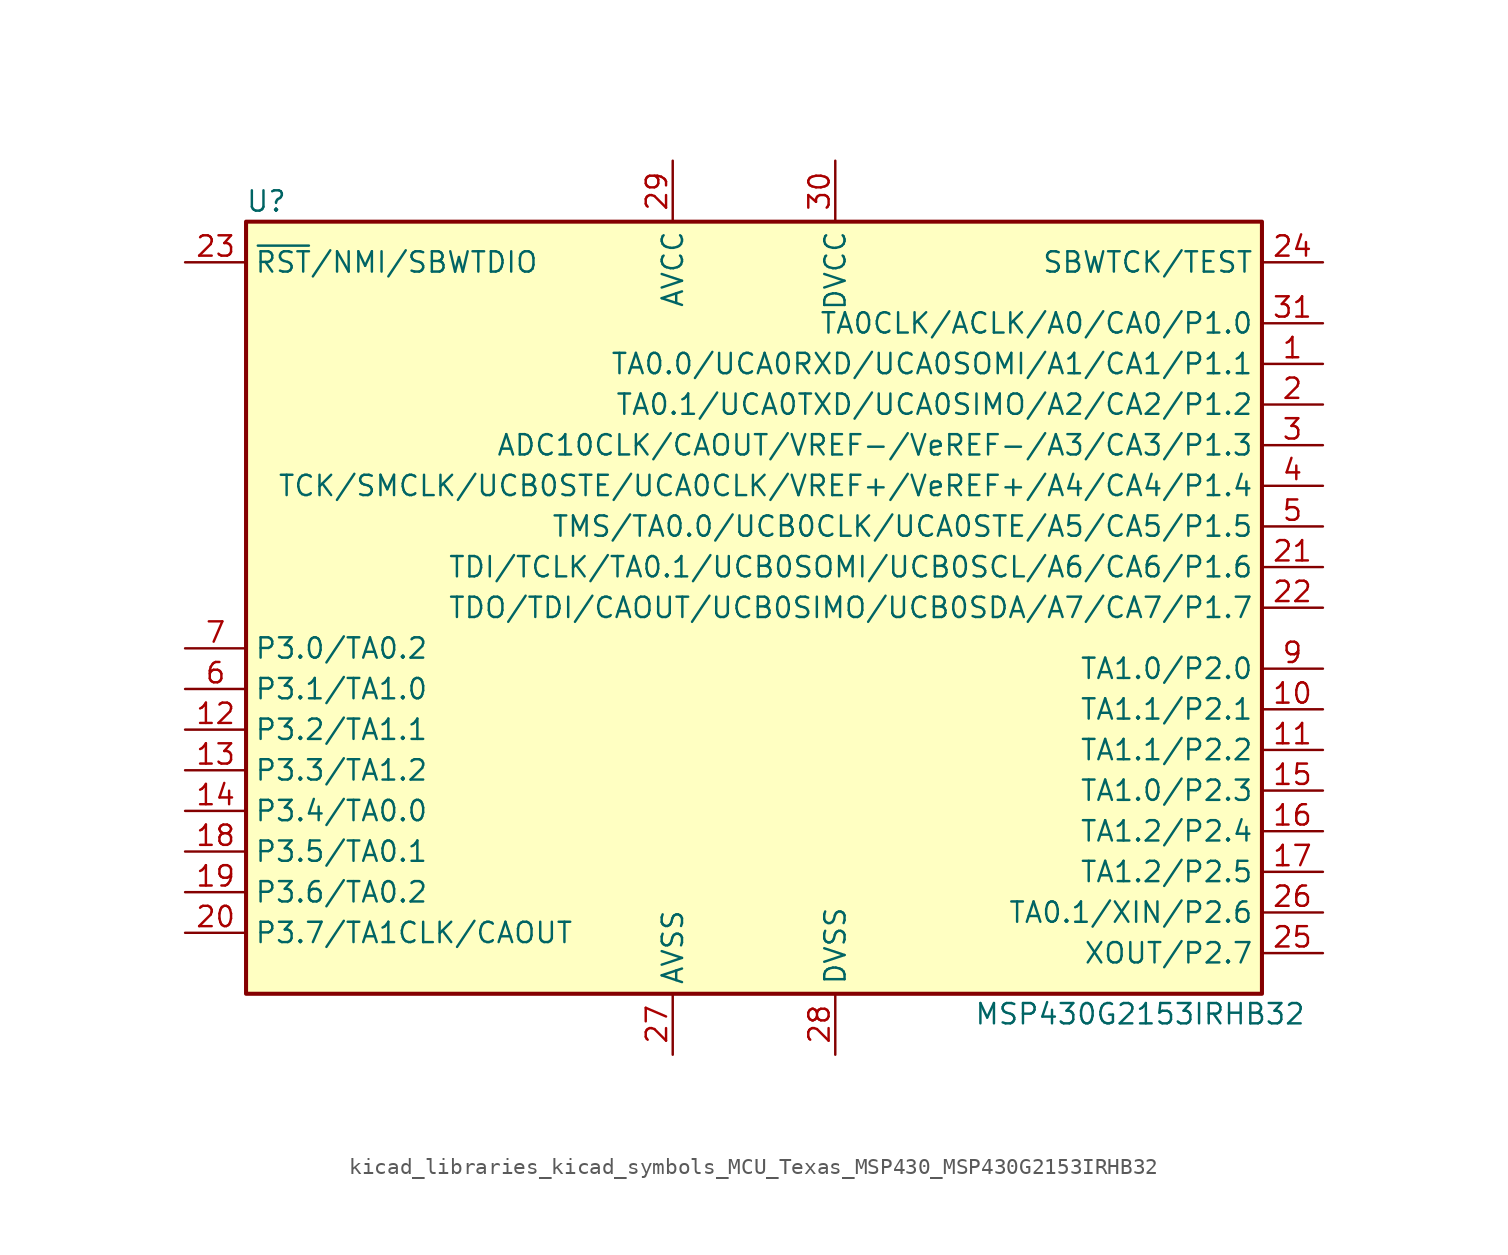
<source format=kicad_sym>
(kicad_symbol_lib
  (version 20220914)
  (generator kicad_symbol_editor)
  (symbol "kicad_libraries_kicad_symbols_MCU_Texas_MSP430_MSP430G2153IRHB32"
    (property "Reference" "U"
      (at -30.48 25.4 0)
      (effects (font (size 1.27 1.27))))
    (property "Value" "MSP430G2153IRHB32"
      (at 24.13 -25.4 0)
      (effects (font (size 1.27 1.27))))
    (symbol "kicad_libraries_kicad_symbols_MCU_Texas_MSP430_MSP430G2153IRHB32_0_1"
      (rectangle (start -31.75 24.13) (end 31.75 -24.13) (stroke (width 0.254) (type default)) (fill (type background))))
    (symbol "kicad_libraries_kicad_symbols_MCU_Texas_MSP430_MSP430G2153IRHB32_1_1"
      (pin bidirectional line (at 35.56 15.24 180) (length 3.81) (name "TA0.0/UCA0RXD/UCA0SOMI/A1/CA1/P1.1" (effects (font (size 1.27 1.27)))) (number "1" (effects (font (size 1.27 1.27)))))
      (pin bidirectional line (at 35.56 -6.35 180) (length 3.81) (name "TA1.1/P2.1" (effects (font (size 1.27 1.27)))) (number "10" (effects (font (size 1.27 1.27)))))
      (pin bidirectional line (at 35.56 -8.89 180) (length 3.81) (name "TA1.1/P2.2" (effects (font (size 1.27 1.27)))) (number "11" (effects (font (size 1.27 1.27)))))
      (pin bidirectional line (at -35.56 -7.62 0) (length 3.81) (name "P3.2/TA1.1" (effects (font (size 1.27 1.27)))) (number "12" (effects (font (size 1.27 1.27)))))
      (pin bidirectional line (at -35.56 -10.16 0) (length 3.81) (name "P3.3/TA1.2" (effects (font (size 1.27 1.27)))) (number "13" (effects (font (size 1.27 1.27)))))
      (pin bidirectional line (at -35.56 -12.7 0) (length 3.81) (name "P3.4/TA0.0" (effects (font (size 1.27 1.27)))) (number "14" (effects (font (size 1.27 1.27)))))
      (pin bidirectional line (at 35.56 -11.43 180) (length 3.81) (name "TA1.0/P2.3" (effects (font (size 1.27 1.27)))) (number "15" (effects (font (size 1.27 1.27)))))
      (pin bidirectional line (at 35.56 -13.97 180) (length 3.81) (name "TA1.2/P2.4" (effects (font (size 1.27 1.27)))) (number "16" (effects (font (size 1.27 1.27)))))
      (pin bidirectional line (at 35.56 -16.51 180) (length 3.81) (name "TA1.2/P2.5" (effects (font (size 1.27 1.27)))) (number "17" (effects (font (size 1.27 1.27)))))
      (pin bidirectional line (at -35.56 -15.24 0) (length 3.81) (name "P3.5/TA0.1" (effects (font (size 1.27 1.27)))) (number "18" (effects (font (size 1.27 1.27)))))
      (pin bidirectional line (at -35.56 -17.78 0) (length 3.81) (name "P3.6/TA0.2" (effects (font (size 1.27 1.27)))) (number "19" (effects (font (size 1.27 1.27)))))
      (pin bidirectional line (at 35.56 12.7 180) (length 3.81) (name "TA0.1/UCA0TXD/UCA0SIMO/A2/CA2/P1.2" (effects (font (size 1.27 1.27)))) (number "2" (effects (font (size 1.27 1.27)))))
      (pin bidirectional line (at -35.56 -20.32 0) (length 3.81) (name "P3.7/TA1CLK/CAOUT" (effects (font (size 1.27 1.27)))) (number "20" (effects (font (size 1.27 1.27)))))
      (pin bidirectional line (at 35.56 2.54 180) (length 3.81) (name "TDI/TCLK/TA0.1/UCB0SOMI/UCB0SCL/A6/CA6/P1.6" (effects (font (size 1.27 1.27)))) (number "21" (effects (font (size 1.27 1.27)))))
      (pin bidirectional line (at 35.56 0 180) (length 3.81) (name "TDO/TDI/CAOUT/UCB0SIMO/UCB0SDA/A7/CA7/P1.7" (effects (font (size 1.27 1.27)))) (number "22" (effects (font (size 1.27 1.27)))))
      (pin input line (at -35.56 21.59 0) (length 3.81) (name "~{RST}/NMI/SBWTDIO" (effects (font (size 1.27 1.27)))) (number "23" (effects (font (size 1.27 1.27)))))
      (pin input line (at 35.56 21.59 180) (length 3.81) (name "SBWTCK/TEST" (effects (font (size 1.27 1.27)))) (number "24" (effects (font (size 1.27 1.27)))))
      (pin bidirectional line (at 35.56 -21.59 180) (length 3.81) (name "XOUT/P2.7" (effects (font (size 1.27 1.27)))) (number "25" (effects (font (size 1.27 1.27)))))
      (pin bidirectional line (at 35.56 -19.05 180) (length 3.81) (name "TA0.1/XIN/P2.6" (effects (font (size 1.27 1.27)))) (number "26" (effects (font (size 1.27 1.27)))))
      (pin power_in line (at -5.08 -27.94 90) (length 3.81) (name "AVSS" (effects (font (size 1.27 1.27)))) (number "27" (effects (font (size 1.27 1.27)))))
      (pin power_in line (at 5.08 -27.94 90) (length 3.81) (name "DVSS" (effects (font (size 1.27 1.27)))) (number "28" (effects (font (size 1.27 1.27)))))
      (pin power_in line (at -5.08 27.94 270) (length 3.81) (name "AVCC" (effects (font (size 1.27 1.27)))) (number "29" (effects (font (size 1.27 1.27)))))
      (pin bidirectional line (at 35.56 10.16 180) (length 3.81) (name "ADC10CLK/CAOUT/VREF-/VeREF-/A3/CA3/P1.3" (effects (font (size 1.27 1.27)))) (number "3" (effects (font (size 1.27 1.27)))))
      (pin power_in line (at 5.08 27.94 270) (length 3.81) (name "DVCC" (effects (font (size 1.27 1.27)))) (number "30" (effects (font (size 1.27 1.27)))))
      (pin bidirectional line (at 35.56 17.78 180) (length 3.81) (name "TA0CLK/ACLK/A0/CA0/P1.0" (effects (font (size 1.27 1.27)))) (number "31" (effects (font (size 1.27 1.27)))))
      (pin bidirectional line (at 35.56 7.62 180) (length 3.81) (name "TCK/SMCLK/UCB0STE/UCA0CLK/VREF+/VeREF+/A4/CA4/P1.4" (effects (font (size 1.27 1.27)))) (number "4" (effects (font (size 1.27 1.27)))))
      (pin bidirectional line (at 35.56 5.08 180) (length 3.81) (name "TMS/TA0.0/UCB0CLK/UCA0STE/A5/CA5/P1.5" (effects (font (size 1.27 1.27)))) (number "5" (effects (font (size 1.27 1.27)))))
      (pin bidirectional line (at -35.56 -5.08 0) (length 3.81) (name "P3.1/TA1.0" (effects (font (size 1.27 1.27)))) (number "6" (effects (font (size 1.27 1.27)))))
      (pin bidirectional line (at -35.56 -2.54 0) (length 3.81) (name "P3.0/TA0.2" (effects (font (size 1.27 1.27)))) (number "7" (effects (font (size 1.27 1.27)))))
      (pin bidirectional line (at 35.56 -3.81 180) (length 3.81) (name "TA1.0/P2.0" (effects (font (size 1.27 1.27)))) (number "9" (effects (font (size 1.27 1.27))))))))
</source>
